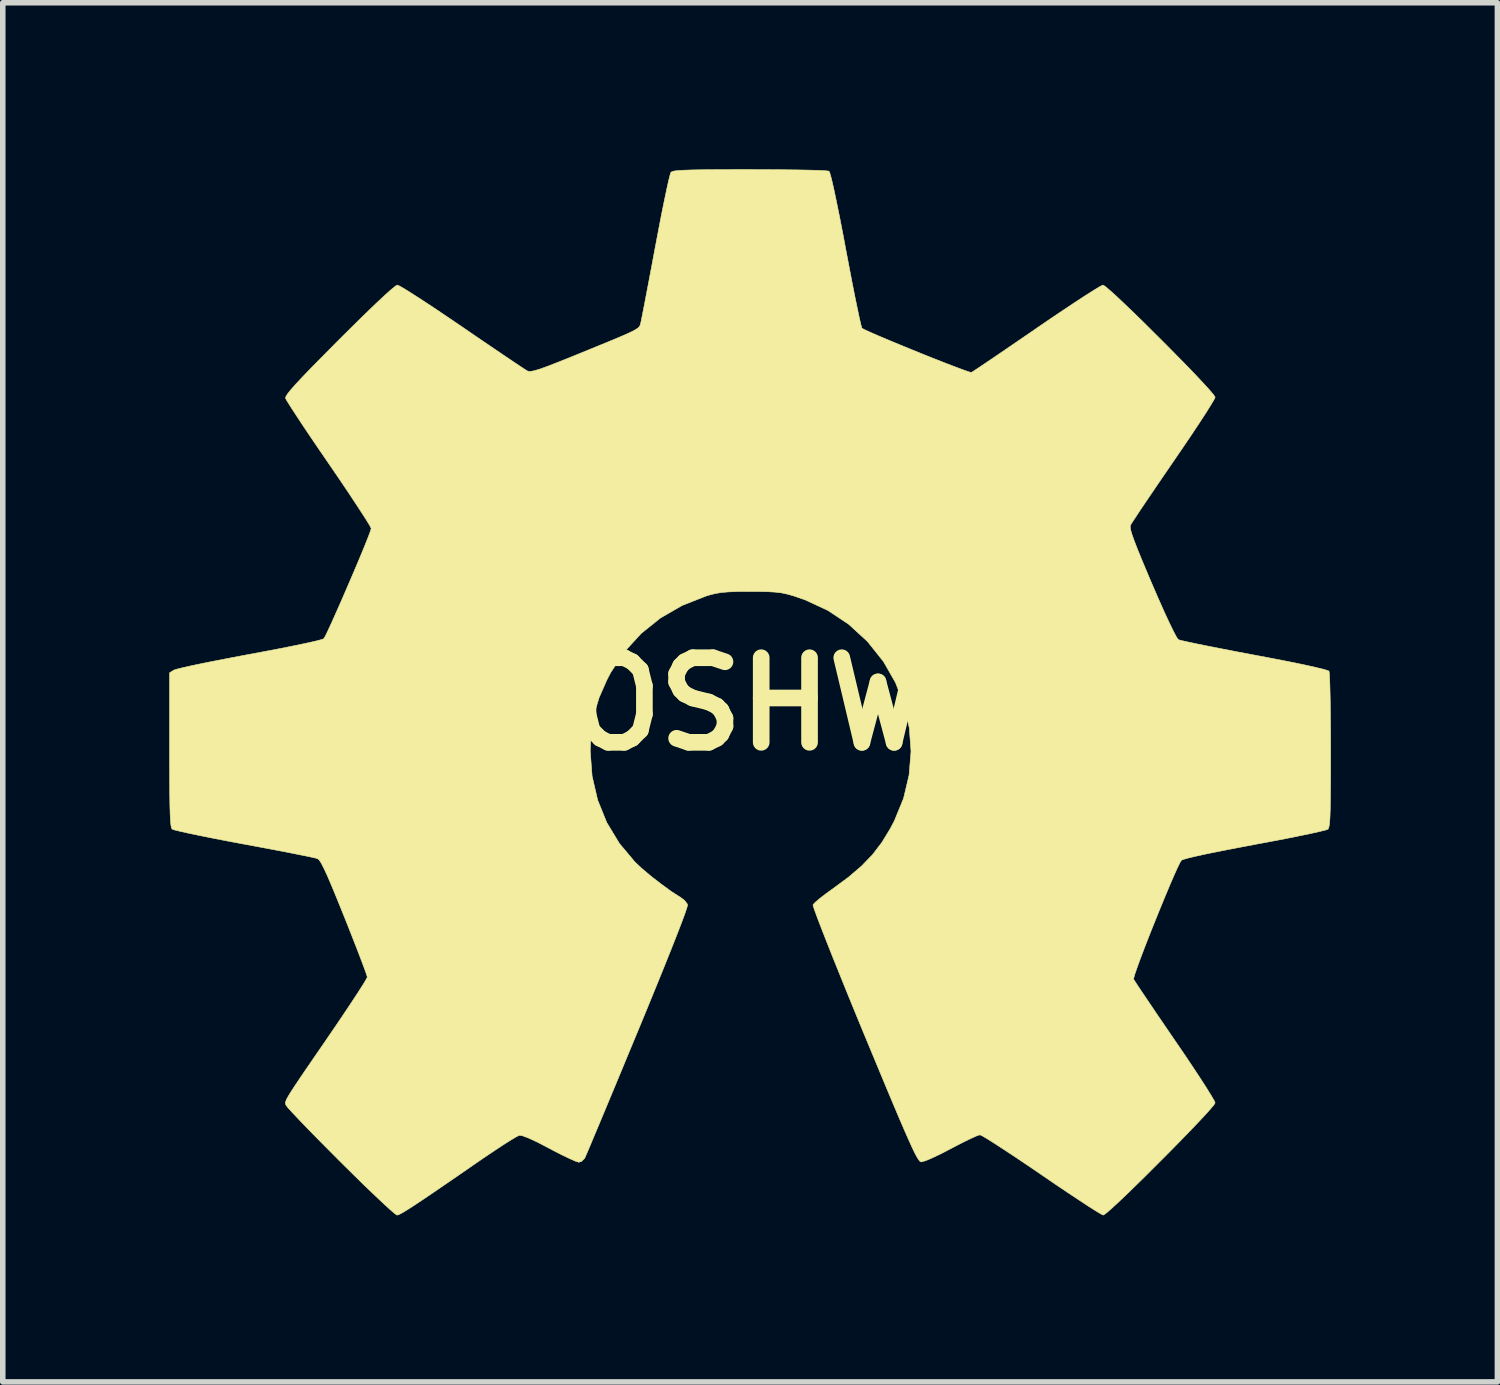
<source format=kicad_pcb>
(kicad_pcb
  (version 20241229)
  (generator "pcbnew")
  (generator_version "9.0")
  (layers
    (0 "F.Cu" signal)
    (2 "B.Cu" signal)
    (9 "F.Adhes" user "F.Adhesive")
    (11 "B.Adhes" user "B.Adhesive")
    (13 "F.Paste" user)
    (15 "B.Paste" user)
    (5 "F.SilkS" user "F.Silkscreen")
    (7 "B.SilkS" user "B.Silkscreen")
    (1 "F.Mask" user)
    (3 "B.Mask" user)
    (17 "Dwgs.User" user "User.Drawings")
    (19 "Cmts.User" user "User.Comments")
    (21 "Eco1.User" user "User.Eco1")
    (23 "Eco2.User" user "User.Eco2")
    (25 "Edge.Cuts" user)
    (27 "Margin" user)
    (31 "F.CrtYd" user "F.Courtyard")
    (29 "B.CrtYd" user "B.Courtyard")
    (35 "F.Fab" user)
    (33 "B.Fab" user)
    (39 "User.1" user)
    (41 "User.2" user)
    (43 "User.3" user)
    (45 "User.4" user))
  (footprint "OSHW"
    (layer "F.Cu")
    (at 10.447 9.635)
    (property "Reference" "OSHW" (at 0 0 0) (layer "F.SilkS") (effects (font (size 1.524 1.524) (thickness 0.3))))
    (attr through_hole)
    (fp_poly (pts (xy 0.32 -9.629) (xy 0.605 -9.627) (xy 0.861 -9.624) (xy 1.08 -9.62) (xy 1.253 -9.615) (xy 1.374 -9.609) (xy 1.434 -9.602) (xy 1.439 -9.601) (xy 1.457 -9.559) (xy 1.486 -9.453) (xy 1.524 -9.287) (xy 1.571 -9.065) (xy 1.626 -8.794) (xy 1.688 -8.478) (xy 1.742 -8.189) (xy 1.8 -7.885) (xy 1.854 -7.602) (xy 1.904 -7.349) (xy 1.949 -7.132) (xy 1.985 -6.96) (xy 2.013 -6.839) (xy 2.03 -6.778) (xy 2.033 -6.772) (xy 2.077 -6.747) (xy 2.175 -6.702) (xy 2.317 -6.64) (xy 2.494 -6.565) (xy 2.696 -6.481) (xy 2.913 -6.392) (xy 3.134 -6.302) (xy 3.35 -6.216) (xy 3.551 -6.137) (xy 3.727 -6.07) (xy 3.868 -6.017) (xy 3.964 -5.984) (xy 4.005 -5.975) (xy 4.005 -5.975) (xy 4.042 -5.998) (xy 4.13 -6.056) (xy 4.264 -6.146) (xy 4.436 -6.262) (xy 4.64 -6.401) (xy 4.869 -6.558) (xy 5.118 -6.728) (xy 5.178 -6.77) (xy 5.431 -6.943) (xy 5.668 -7.102) (xy 5.881 -7.244) (xy 6.065 -7.364) (xy 6.212 -7.457) (xy 6.316 -7.52) (xy 6.371 -7.548) (xy 6.376 -7.549) (xy 6.415 -7.525) (xy 6.497 -7.456) (xy 6.615 -7.35) (xy 6.761 -7.212) (xy 6.93 -7.05) (xy 7.115 -6.87) (xy 7.308 -6.678) (xy 7.505 -6.482) (xy 7.697 -6.287) (xy 7.879 -6.102) (xy 8.043 -5.931) (xy 8.183 -5.782) (xy 8.293 -5.661) (xy 8.366 -5.575) (xy 8.396 -5.53) (xy 8.396 -5.528) (xy 8.377 -5.486) (xy 8.321 -5.392) (xy 8.235 -5.254) (xy 8.121 -5.079) (xy 7.985 -4.873) (xy 7.83 -4.644) (xy 7.662 -4.398) (xy 7.651 -4.382) (xy 7.481 -4.134) (xy 7.323 -3.902) (xy 7.181 -3.693) (xy 7.06 -3.514) (xy 6.966 -3.371) (xy 6.901 -3.273) (xy 6.872 -3.225) (xy 6.872 -3.225) (xy 6.867 -3.192) (xy 6.874 -3.137) (xy 6.898 -3.055) (xy 6.94 -2.937) (xy 7.002 -2.778) (xy 7.087 -2.57) (xy 7.197 -2.308) (xy 7.255 -2.172) (xy 7.368 -1.911) (xy 7.472 -1.677) (xy 7.564 -1.478) (xy 7.64 -1.321) (xy 7.697 -1.213) (xy 7.731 -1.163) (xy 7.734 -1.16) (xy 7.782 -1.146) (xy 7.891 -1.122) (xy 8.053 -1.087) (xy 8.26 -1.045) (xy 8.505 -0.997) (xy 8.779 -0.944) (xy 9.075 -0.888) (xy 9.107 -0.882) (xy 9.445 -0.818) (xy 9.743 -0.76) (xy 9.996 -0.708) (xy 10.197 -0.663) (xy 10.343 -0.628) (xy 10.428 -0.603) (xy 10.448 -0.592) (xy 10.454 -0.548) (xy 10.46 -0.441) (xy 10.465 -0.279) (xy 10.47 -0.071) (xy 10.473 0.177) (xy 10.476 0.456) (xy 10.477 0.758) (xy 10.477 0.834) (xy 10.477 1.191) (xy 10.476 1.485) (xy 10.473 1.72) (xy 10.47 1.903) (xy 10.465 2.041) (xy 10.458 2.139) (xy 10.449 2.203) (xy 10.438 2.241) (xy 10.428 2.255) (xy 10.383 2.271) (xy 10.276 2.297) (xy 10.116 2.333) (xy 9.912 2.375) (xy 9.67 2.424) (xy 9.399 2.476) (xy 9.114 2.529) (xy 8.793 2.59) (xy 8.506 2.646) (xy 8.257 2.696) (xy 8.055 2.74) (xy 7.905 2.776) (xy 7.814 2.802) (xy 7.79 2.813) (xy 7.762 2.858) (xy 7.713 2.958) (xy 7.648 3.104) (xy 7.57 3.285) (xy 7.483 3.493) (xy 7.391 3.717) (xy 7.297 3.949) (xy 7.206 4.178) (xy 7.122 4.394) (xy 7.048 4.589) (xy 6.989 4.752) (xy 6.947 4.873) (xy 6.928 4.944) (xy 6.927 4.957) (xy 6.951 4.996) (xy 7.009 5.085) (xy 7.099 5.219) (xy 7.215 5.391) (xy 7.352 5.594) (xy 7.507 5.821) (xy 7.67 6.06) (xy 7.837 6.304) (xy 7.99 6.532) (xy 8.125 6.737) (xy 8.238 6.912) (xy 8.323 7.05) (xy 8.378 7.143) (xy 8.396 7.185) (xy 8.372 7.224) (xy 8.303 7.306) (xy 8.197 7.423) (xy 8.06 7.569) (xy 7.898 7.738) (xy 7.718 7.923) (xy 7.527 8.117) (xy 7.331 8.313) (xy 7.138 8.506) (xy 6.952 8.688) (xy 6.782 8.853) (xy 6.633 8.994) (xy 6.513 9.104) (xy 6.427 9.177) (xy 6.383 9.207) (xy 6.381 9.207) (xy 6.34 9.188) (xy 6.248 9.133) (xy 6.112 9.047) (xy 5.939 8.933) (xy 5.735 8.798) (xy 5.508 8.645) (xy 5.273 8.484) (xy 5.029 8.318) (xy 4.802 8.165) (xy 4.598 8.031) (xy 4.425 7.918) (xy 4.29 7.833) (xy 4.198 7.779) (xy 4.158 7.761) (xy 4.107 7.777) (xy 4.006 7.822) (xy 3.869 7.888) (xy 3.708 7.971) (xy 3.634 8.01) (xy 3.457 8.102) (xy 3.302 8.176) (xy 3.182 8.227) (xy 3.107 8.248) (xy 3.096 8.248) (xy 3.078 8.239) (xy 3.055 8.211) (xy 3.024 8.162) (xy 2.984 8.087) (xy 2.933 7.981) (xy 2.87 7.841) (xy 2.791 7.662) (xy 2.695 7.439) (xy 2.581 7.169) (xy 2.446 6.847) (xy 2.289 6.469) (xy 2.107 6.031) (xy 2.075 5.954) (xy 1.918 5.573) (xy 1.77 5.211) (xy 1.633 4.872) (xy 1.508 4.562) (xy 1.399 4.287) (xy 1.307 4.052) (xy 1.234 3.862) (xy 1.183 3.723) (xy 1.155 3.639) (xy 1.151 3.617) (xy 1.187 3.576) (xy 1.269 3.506) (xy 1.384 3.417) (xy 1.494 3.338) (xy 1.787 3.122) (xy 2.026 2.918) (xy 2.224 2.713) (xy 2.392 2.493) (xy 2.543 2.245) (xy 2.617 2.104) (xy 2.783 1.698) (xy 2.882 1.279) (xy 2.917 0.854) (xy 2.886 0.43) (xy 2.793 0.014) (xy 2.637 -0.387) (xy 2.421 -0.765) (xy 2.144 -1.113) (xy 2.123 -1.136) (xy 1.792 -1.439) (xy 1.422 -1.685) (xy 1.009 -1.877) (xy 0.81 -1.946) (xy 0.694 -1.979) (xy 0.584 -2.003) (xy 0.464 -2.017) (xy 0.316 -2.025) (xy 0.122 -2.028) (xy 0.018 -2.028) (xy -0.202 -2.027) (xy -0.368 -2.021) (xy -0.499 -2.01) (xy -0.612 -1.991) (xy -0.724 -1.962) (xy -0.776 -1.946) (xy -1.207 -1.776) (xy -1.597 -1.551) (xy -1.945 -1.272) (xy -2.244 -0.945) (xy -2.492 -0.571) (xy -2.56 -0.441) (xy -2.703 -0.116) (xy -2.797 0.193) (xy -2.848 0.51) (xy -2.863 0.847) (xy -2.829 1.299) (xy -2.729 1.73) (xy -2.565 2.135) (xy -2.337 2.512) (xy -2.056 2.847) (xy -1.93 2.965) (xy -1.766 3.103) (xy -1.585 3.243) (xy -1.41 3.371) (xy -1.26 3.468) (xy -1.242 3.478) (xy -1.161 3.54) (xy -1.112 3.606) (xy -1.109 3.616) (xy -1.119 3.662) (xy -1.155 3.77) (xy -1.216 3.935) (xy -1.301 4.155) (xy -1.408 4.426) (xy -1.535 4.743) (xy -1.682 5.105) (xy -1.846 5.506) (xy -2.009 5.901) (xy -2.165 6.276) (xy -2.313 6.634) (xy -2.452 6.968) (xy -2.579 7.273) (xy -2.692 7.544) (xy -2.789 7.774) (xy -2.866 7.959) (xy -2.923 8.092) (xy -2.956 8.169) (xy -2.964 8.185) (xy -3.021 8.241) (xy -3.068 8.255) (xy -3.122 8.239) (xy -3.224 8.194) (xy -3.363 8.128) (xy -3.525 8.045) (xy -3.6 8.005) (xy -3.807 7.897) (xy -3.97 7.821) (xy -4.084 7.778) (xy -4.14 7.77) (xy -4.19 7.794) (xy -4.288 7.852) (xy -4.426 7.939) (xy -4.594 8.05) (xy -4.783 8.177) (xy -4.904 8.26) (xy -5.229 8.485) (xy -5.502 8.672) (xy -5.727 8.826) (xy -5.908 8.948) (xy -6.05 9.042) (xy -6.159 9.112) (xy -6.238 9.16) (xy -6.293 9.19) (xy -6.328 9.205) (xy -6.345 9.207) (xy -6.381 9.183) (xy -6.462 9.114) (xy -6.58 9.006) (xy -6.731 8.864) (xy -6.909 8.694) (xy -7.107 8.5) (xy -7.321 8.289) (xy -7.363 8.247) (xy -7.578 8.031) (xy -7.778 7.829) (xy -7.956 7.647) (xy -8.107 7.49) (xy -8.226 7.364) (xy -8.307 7.275) (xy -8.344 7.228) (xy -8.345 7.225) (xy -8.352 7.204) (xy -8.354 7.183) (xy -8.348 7.156) (xy -8.332 7.117) (xy -8.3 7.06) (xy -8.251 6.98) (xy -8.179 6.87) (xy -8.083 6.726) (xy -7.957 6.542) (xy -7.799 6.311) (xy -7.604 6.028) (xy -7.587 6.002) (xy -7.422 5.761) (xy -7.272 5.538) (xy -7.139 5.338) (xy -7.029 5.17) (xy -6.946 5.039) (xy -6.895 4.953) (xy -6.879 4.92) (xy -6.892 4.875) (xy -6.928 4.774) (xy -6.984 4.624) (xy -7.057 4.433) (xy -7.144 4.211) (xy -7.241 3.964) (xy -7.29 3.842) (xy -7.413 3.537) (xy -7.514 3.292) (xy -7.595 3.102) (xy -7.66 2.962) (xy -7.709 2.866) (xy -7.747 2.809) (xy -7.775 2.785) (xy -7.826 2.772) (xy -7.938 2.747) (xy -8.103 2.714) (xy -8.312 2.672) (xy -8.557 2.625) (xy -8.829 2.574) (xy -9.098 2.524) (xy -9.387 2.47) (xy -9.655 2.418) (xy -9.894 2.37) (xy -10.096 2.328) (xy -10.252 2.293) (xy -10.354 2.268) (xy -10.394 2.254) (xy -10.407 2.232) (xy -10.417 2.184) (xy -10.425 2.106) (xy -10.431 1.99) (xy -10.436 1.83) (xy -10.439 1.622) (xy -10.441 1.358) (xy -10.442 1.033) (xy -10.442 0.826) (xy -10.442 -0.563) (xy -10.363 -0.612) (xy -10.311 -0.629) (xy -10.198 -0.657) (xy -10.032 -0.694) (xy -9.821 -0.738) (xy -9.574 -0.787) (xy -9.299 -0.84) (xy -9.004 -0.896) (xy -8.996 -0.897) (xy -8.702 -0.952) (xy -8.43 -1.004) (xy -8.186 -1.053) (xy -7.98 -1.096) (xy -7.819 -1.132) (xy -7.711 -1.16) (xy -7.664 -1.176) (xy -7.664 -1.177) (xy -7.638 -1.22) (xy -7.59 -1.319) (xy -7.524 -1.462) (xy -7.444 -1.641) (xy -7.354 -1.844) (xy -7.259 -2.063) (xy -7.163 -2.286) (xy -7.07 -2.504) (xy -6.985 -2.707) (xy -6.912 -2.885) (xy -6.856 -3.027) (xy -6.82 -3.124) (xy -6.809 -3.164) (xy -6.828 -3.204) (xy -6.883 -3.296) (xy -6.97 -3.432) (xy -7.084 -3.606) (xy -7.22 -3.812) (xy -7.375 -4.042) (xy -7.544 -4.29) (xy -7.571 -4.329) (xy -7.743 -4.58) (xy -7.902 -4.814) (xy -8.044 -5.026) (xy -8.164 -5.208) (xy -8.258 -5.353) (xy -8.322 -5.455) (xy -8.351 -5.506) (xy -8.352 -5.509) (xy -8.347 -5.538) (xy -8.318 -5.586) (xy -8.262 -5.657) (xy -8.174 -5.757) (xy -8.052 -5.888) (xy -7.891 -6.055) (xy -7.687 -6.262) (xy -7.438 -6.514) (xy -7.388 -6.564) (xy -7.137 -6.813) (xy -6.914 -7.032) (xy -6.722 -7.217) (xy -6.564 -7.365) (xy -6.444 -7.472) (xy -6.367 -7.534) (xy -6.338 -7.549) (xy -6.295 -7.53) (xy -6.2 -7.475) (xy -6.062 -7.388) (xy -5.885 -7.274) (xy -5.678 -7.138) (xy -5.448 -6.983) (xy -5.2 -6.815) (xy -5.173 -6.797) (xy -4.923 -6.625) (xy -4.689 -6.466) (xy -4.477 -6.322) (xy -4.296 -6.2) (xy -4.151 -6.103) (xy -4.05 -6.036) (xy -3.999 -6.004) (xy -3.998 -6.003) (xy -3.967 -5.993) (xy -3.921 -5.995) (xy -3.854 -6.01) (xy -3.756 -6.04) (xy -3.622 -6.089) (xy -3.442 -6.159) (xy -3.209 -6.252) (xy -3.045 -6.319) (xy -2.754 -6.438) (xy -2.522 -6.533) (xy -2.342 -6.608) (xy -2.206 -6.667) (xy -2.109 -6.712) (xy -2.043 -6.748) (xy -2.001 -6.776) (xy -1.978 -6.801) (xy -1.964 -6.825) (xy -1.959 -6.841) (xy -1.947 -6.891) (xy -1.925 -7.001) (xy -1.893 -7.165) (xy -1.853 -7.374) (xy -1.806 -7.62) (xy -1.754 -7.895) (xy -1.699 -8.191) (xy -1.693 -8.221) (xy -1.637 -8.517) (xy -1.584 -8.793) (xy -1.534 -9.04) (xy -1.49 -9.25) (xy -1.454 -9.415) (xy -1.426 -9.528) (xy -1.409 -9.58) (xy -1.408 -9.581) (xy -1.387 -9.594) (xy -1.343 -9.605) (xy -1.27 -9.613) (xy -1.162 -9.619) (xy -1.013 -9.624) (xy -0.816 -9.627) (xy -0.565 -9.629) (xy -0.254 -9.63) (xy 0.013 -9.63) (xy 0.32 -9.629)) (stroke (width 0.01) (type solid)) (fill yes) (layer "F.SilkS")))
  (gr_rect
    (start -3 -3)
    (end 23.929 21.848)
    (stroke (width 0.1) (type default))
    (fill no)
    (layer "Edge.Cuts")))
</source>
